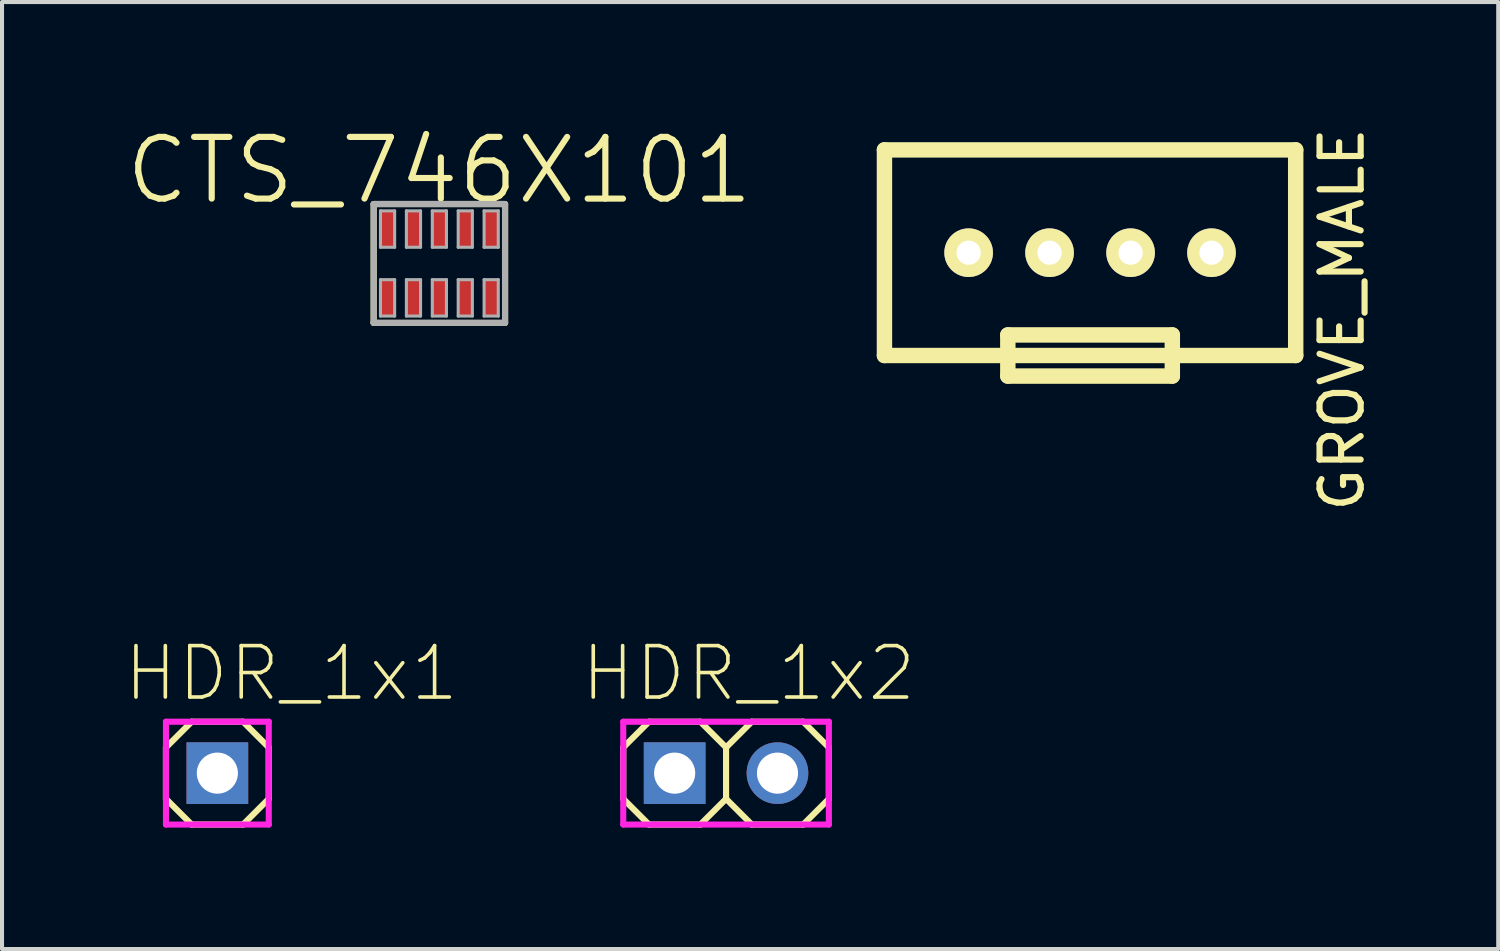
<source format=kicad_pcb>
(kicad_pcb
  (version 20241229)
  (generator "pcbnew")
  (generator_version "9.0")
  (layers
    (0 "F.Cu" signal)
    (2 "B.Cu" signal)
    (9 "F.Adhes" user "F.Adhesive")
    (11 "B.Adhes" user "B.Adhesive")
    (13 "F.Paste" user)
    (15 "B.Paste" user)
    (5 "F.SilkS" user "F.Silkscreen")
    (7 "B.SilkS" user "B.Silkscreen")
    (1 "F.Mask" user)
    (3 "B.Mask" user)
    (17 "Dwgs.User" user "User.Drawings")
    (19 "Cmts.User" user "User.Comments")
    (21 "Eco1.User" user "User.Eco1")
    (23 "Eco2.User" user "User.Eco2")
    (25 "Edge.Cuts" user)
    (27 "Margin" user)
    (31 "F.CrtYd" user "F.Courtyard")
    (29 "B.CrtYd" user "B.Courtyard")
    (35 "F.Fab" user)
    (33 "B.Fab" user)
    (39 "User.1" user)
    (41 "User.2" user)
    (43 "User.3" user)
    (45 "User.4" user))
  (footprint "GROVE_MALE"
    (layer "F.Cu")
    (at 23.881 3.193)
    (property "Reference" "GROVE_MALE" (at 6.223 1.651 90) (layer "F.SilkS") (effects (font (size 1.016 1.016) (thickness 0.152))))
    (attr through_hole)
    (fp_line (start -5.08 -2.54) (end -5.08 2.54) (stroke (width 0.381) (type solid)) (layer "F.SilkS"))
    (fp_line (start -5.08 2.54) (end 5.08 2.54) (stroke (width 0.381) (type solid)) (layer "F.SilkS"))
    (fp_line (start -2.032 2.032) (end -2.032 3.048) (stroke (width 0.381) (type solid)) (layer "F.SilkS"))
    (fp_line (start -2.032 3.048) (end 2.032 3.048) (stroke (width 0.381) (type solid)) (layer "F.SilkS"))
    (fp_line (start 2.032 2.032) (end -2.032 2.032) (stroke (width 0.381) (type solid)) (layer "F.SilkS"))
    (fp_line (start 2.032 3.048) (end 2.032 2.032) (stroke (width 0.381) (type solid)) (layer "F.SilkS"))
    (fp_line (start 5.08 -2.54) (end -5.08 -2.54) (stroke (width 0.381) (type solid)) (layer "F.SilkS"))
    (fp_line (start 5.08 2.54) (end 5.08 -2.54) (stroke (width 0.381) (type solid)) (layer "F.SilkS"))
    (pad "1" thru_hole circle (at -3 0) (size 1.201 1.201) (drill 0.599) (layers "*.Cu" "*.Mask" "F.SilkS"))
    (pad "2" thru_hole circle (at -1.001 0) (size 1.201 1.201) (drill 0.599) (layers "*.Cu" "*.Mask" "F.SilkS"))
    (pad "3" thru_hole circle (at 1.001 0) (size 1.201 1.201) (drill 0.599) (layers "*.Cu" "*.Mask" "F.SilkS"))
    (pad "4" thru_hole circle (at 3 0) (size 1.201 1.201) (drill 0.599) (layers "*.Cu" "*.Mask" "F.SilkS")))
  (footprint "HDR_1x1"
    (layer "F.Cu")
    (at 2.32 16.051)
    (property "Reference" "HDR_1x1" (at 1.829 -2.464 0) (layer "F.SilkS") (effects (font (size 1.27 1.27) (thickness 0.089))))
    (attr exclude_from_pos_files exclude_from_bom)
    (fp_line (start -1.27 -0.635) (end -1.27 0.635) (stroke (width 0.152) (type solid)) (layer "F.SilkS"))
    (fp_line (start -1.27 0.635) (end -0.635 1.27) (stroke (width 0.152) (type solid)) (layer "F.SilkS"))
    (fp_line (start -0.635 -1.27) (end -1.27 -0.635) (stroke (width 0.152) (type solid)) (layer "F.SilkS"))
    (fp_line (start -0.635 -1.27) (end 0.635 -1.27) (stroke (width 0.152) (type solid)) (layer "F.SilkS"))
    (fp_line (start 0.635 -1.27) (end 1.27 -0.635) (stroke (width 0.152) (type solid)) (layer "F.SilkS"))
    (fp_line (start 0.635 1.27) (end -0.635 1.27) (stroke (width 0.152) (type solid)) (layer "F.SilkS"))
    (fp_line (start 1.27 -0.635) (end 1.27 0.635) (stroke (width 0.152) (type solid)) (layer "F.SilkS"))
    (fp_line (start 1.27 0.635) (end 0.635 1.27) (stroke (width 0.152) (type solid)) (layer "F.SilkS"))
    (fp_line (start -1.27 -1.27) (end -1.27 1.27) (stroke (width 0.15) (type solid)) (layer "F.CrtYd"))
    (fp_line (start -1.27 1.27) (end 1.27 1.27) (stroke (width 0.15) (type solid)) (layer "F.CrtYd"))
    (fp_line (start 1.27 -1.27) (end -1.27 -1.27) (stroke (width 0.15) (type solid)) (layer "F.CrtYd"))
    (fp_line (start 1.27 1.27) (end 1.27 -1.27) (stroke (width 0.15) (type solid)) (layer "F.CrtYd"))
    (fp_line (start -0.254 -0.254) (end 0.254 -0.254) (stroke (width 0.066) (type solid)) (layer "F.Fab"))
    (fp_line (start -0.254 0.254) (end -0.254 -0.254) (stroke (width 0.066) (type solid)) (layer "F.Fab"))
    (fp_line (start -0.254 0.254) (end 0.254 0.254) (stroke (width 0.066) (type solid)) (layer "F.Fab"))
    (fp_line (start 0.254 0.254) (end 0.254 -0.254) (stroke (width 0.066) (type solid)) (layer "F.Fab"))
    (pad "1" thru_hole rect (at 0 0) (size 1.524 1.524) (drill 1.016) (layers "*.Cu" "*.Mask")))
  (footprint "HDR_1x2"
    (layer "F.Cu")
    (at 14.888 16.051)
    (property "Reference" "HDR_1x2" (at 0.559 -2.464 0) (layer "F.SilkS") (effects (font (size 1.27 1.27) (thickness 0.089))))
    (attr exclude_from_pos_files exclude_from_bom)
    (fp_line (start -2.54 -0.635) (end -2.54 0.635) (stroke (width 0.152) (type solid)) (layer "F.SilkS"))
    (fp_line (start -2.54 0.635) (end -1.905 1.27) (stroke (width 0.152) (type solid)) (layer "F.SilkS"))
    (fp_line (start -1.905 -1.27) (end -2.54 -0.635) (stroke (width 0.152) (type solid)) (layer "F.SilkS"))
    (fp_line (start -1.905 -1.27) (end -0.635 -1.27) (stroke (width 0.152) (type solid)) (layer "F.SilkS"))
    (fp_line (start -0.635 -1.27) (end 0 -0.635) (stroke (width 0.152) (type solid)) (layer "F.SilkS"))
    (fp_line (start -0.635 1.27) (end -1.905 1.27) (stroke (width 0.152) (type solid)) (layer "F.SilkS"))
    (fp_line (start 0 -0.635) (end 0 0.635) (stroke (width 0.152) (type solid)) (layer "F.SilkS"))
    (fp_line (start 0 -0.635) (end 0.635 -1.27) (stroke (width 0.152) (type solid)) (layer "F.SilkS"))
    (fp_line (start 0 0.635) (end -0.635 1.27) (stroke (width 0.152) (type solid)) (layer "F.SilkS"))
    (fp_line (start 0.635 -1.27) (end 1.905 -1.27) (stroke (width 0.152) (type solid)) (layer "F.SilkS"))
    (fp_line (start 0.635 1.27) (end 0 0.635) (stroke (width 0.152) (type solid)) (layer "F.SilkS"))
    (fp_line (start 1.905 -1.27) (end 2.54 -0.635) (stroke (width 0.152) (type solid)) (layer "F.SilkS"))
    (fp_line (start 1.905 1.27) (end 0.635 1.27) (stroke (width 0.152) (type solid)) (layer "F.SilkS"))
    (fp_line (start 2.54 -0.635) (end 2.54 0.635) (stroke (width 0.152) (type solid)) (layer "F.SilkS"))
    (fp_line (start 2.54 0.635) (end 1.905 1.27) (stroke (width 0.152) (type solid)) (layer "F.SilkS"))
    (fp_line (start -2.54 -1.27) (end -2.54 1.27) (stroke (width 0.15) (type solid)) (layer "F.CrtYd"))
    (fp_line (start -2.54 1.27) (end 2.54 1.27) (stroke (width 0.15) (type solid)) (layer "F.CrtYd"))
    (fp_line (start 2.54 -1.27) (end -2.54 -1.27) (stroke (width 0.15) (type solid)) (layer "F.CrtYd"))
    (fp_line (start 2.54 1.27) (end 2.54 -1.27) (stroke (width 0.15) (type solid)) (layer "F.CrtYd"))
    (fp_line (start -1.524 -0.254) (end -1.016 -0.254) (stroke (width 0.066) (type solid)) (layer "F.Fab"))
    (fp_line (start -1.524 0.254) (end -1.524 -0.254) (stroke (width 0.066) (type solid)) (layer "F.Fab"))
    (fp_line (start -1.524 0.254) (end -1.016 0.254) (stroke (width 0.066) (type solid)) (layer "F.Fab"))
    (fp_line (start -1.016 0.254) (end -1.016 -0.254) (stroke (width 0.066) (type solid)) (layer "F.Fab"))
    (fp_line (start 1.016 -0.254) (end 1.524 -0.254) (stroke (width 0.066) (type solid)) (layer "F.Fab"))
    (fp_line (start 1.016 0.254) (end 1.016 -0.254) (stroke (width 0.066) (type solid)) (layer "F.Fab"))
    (fp_line (start 1.016 0.254) (end 1.524 0.254) (stroke (width 0.066) (type solid)) (layer "F.Fab"))
    (fp_line (start 1.524 0.254) (end 1.524 -0.254) (stroke (width 0.066) (type solid)) (layer "F.Fab"))
    (pad "1" thru_hole rect (at -1.27 0) (size 1.524 1.524) (drill 1.016) (layers "*.Cu" "*.Mask"))
    (pad "2" thru_hole circle (at 1.27 0) (size 1.524 1.524) (drill 1.016) (layers "*.Cu" "*.Mask")))
  (footprint "CTS_746X101"
    (layer "F.Cu")
    (at 7.805 3.459)
    (property "Reference" "CTS_746X101" (at 0 -2.3 0) (layer "F.SilkS") (effects (font (size 1.524 1.524) (thickness 0.152))))
    (attr smd)
    (fp_line (start -1.623 -1.468) (end -1.623 1.468) (stroke (width 0.152) (type solid)) (layer "F.SilkS"))
    (fp_line (start -1.623 -1.468) (end 1.623 -1.468) (stroke (width 0.152) (type solid)) (layer "F.SilkS"))
    (fp_line (start 1.623 1.468) (end -1.623 1.468) (stroke (width 0.152) (type solid)) (layer "F.SilkS"))
    (fp_line (start 1.623 1.468) (end 1.623 -1.468) (stroke (width 0.152) (type solid)) (layer "F.SilkS"))
    (fp_line (start -1.623 -1.468) (end -1.623 1.468) (stroke (width 0.152) (type solid)) (layer "F.Fab"))
    (fp_line (start -1.623 -1.468) (end 1.623 -1.468) (stroke (width 0.152) (type solid)) (layer "F.Fab"))
    (fp_line (start -1.455 -1.3) (end -1.105 -1.3) (stroke (width 0.076) (type solid)) (layer "F.Fab"))
    (fp_line (start -1.455 -0.4) (end -1.455 -1.3) (stroke (width 0.076) (type solid)) (layer "F.Fab"))
    (fp_line (start -1.455 -0.4) (end -1.105 -0.4) (stroke (width 0.076) (type solid)) (layer "F.Fab"))
    (fp_line (start -1.455 0.4) (end -1.105 0.4) (stroke (width 0.076) (type solid)) (layer "F.Fab"))
    (fp_line (start -1.455 1.3) (end -1.455 0.4) (stroke (width 0.076) (type solid)) (layer "F.Fab"))
    (fp_line (start -1.455 1.3) (end -1.105 1.3) (stroke (width 0.076) (type solid)) (layer "F.Fab"))
    (fp_line (start -1.105 -0.4) (end -1.105 -1.3) (stroke (width 0.076) (type solid)) (layer "F.Fab"))
    (fp_line (start -1.105 1.3) (end -1.105 0.4) (stroke (width 0.076) (type solid)) (layer "F.Fab"))
    (fp_line (start -0.815 -1.3) (end -0.465 -1.3) (stroke (width 0.076) (type solid)) (layer "F.Fab"))
    (fp_line (start -0.815 -0.4) (end -0.815 -1.3) (stroke (width 0.076) (type solid)) (layer "F.Fab"))
    (fp_line (start -0.815 -0.4) (end -0.465 -0.4) (stroke (width 0.076) (type solid)) (layer "F.Fab"))
    (fp_line (start -0.815 0.4) (end -0.465 0.4) (stroke (width 0.076) (type solid)) (layer "F.Fab"))
    (fp_line (start -0.815 1.3) (end -0.815 0.4) (stroke (width 0.076) (type solid)) (layer "F.Fab"))
    (fp_line (start -0.815 1.3) (end -0.465 1.3) (stroke (width 0.076) (type solid)) (layer "F.Fab"))
    (fp_line (start -0.465 -0.4) (end -0.465 -1.3) (stroke (width 0.076) (type solid)) (layer "F.Fab"))
    (fp_line (start -0.465 1.3) (end -0.465 0.4) (stroke (width 0.076) (type solid)) (layer "F.Fab"))
    (fp_line (start -0.175 -1.3) (end 0.175 -1.3) (stroke (width 0.076) (type solid)) (layer "F.Fab"))
    (fp_line (start -0.175 -0.4) (end -0.175 -1.3) (stroke (width 0.076) (type solid)) (layer "F.Fab"))
    (fp_line (start -0.175 -0.4) (end 0.175 -0.4) (stroke (width 0.076) (type solid)) (layer "F.Fab"))
    (fp_line (start -0.175 0.4) (end 0.175 0.4) (stroke (width 0.076) (type solid)) (layer "F.Fab"))
    (fp_line (start -0.175 1.3) (end -0.175 0.4) (stroke (width 0.076) (type solid)) (layer "F.Fab"))
    (fp_line (start -0.175 1.3) (end 0.175 1.3) (stroke (width 0.076) (type solid)) (layer "F.Fab"))
    (fp_line (start 0.175 -0.4) (end 0.175 -1.3) (stroke (width 0.076) (type solid)) (layer "F.Fab"))
    (fp_line (start 0.175 1.3) (end 0.175 0.4) (stroke (width 0.076) (type solid)) (layer "F.Fab"))
    (fp_line (start 0.465 -1.3) (end 0.815 -1.3) (stroke (width 0.076) (type solid)) (layer "F.Fab"))
    (fp_line (start 0.465 -0.4) (end 0.465 -1.3) (stroke (width 0.076) (type solid)) (layer "F.Fab"))
    (fp_line (start 0.465 -0.4) (end 0.815 -0.4) (stroke (width 0.076) (type solid)) (layer "F.Fab"))
    (fp_line (start 0.465 0.4) (end 0.815 0.4) (stroke (width 0.076) (type solid)) (layer "F.Fab"))
    (fp_line (start 0.465 1.3) (end 0.465 0.4) (stroke (width 0.076) (type solid)) (layer "F.Fab"))
    (fp_line (start 0.465 1.3) (end 0.815 1.3) (stroke (width 0.076) (type solid)) (layer "F.Fab"))
    (fp_line (start 0.815 -0.4) (end 0.815 -1.3) (stroke (width 0.076) (type solid)) (layer "F.Fab"))
    (fp_line (start 0.815 1.3) (end 0.815 0.4) (stroke (width 0.076) (type solid)) (layer "F.Fab"))
    (fp_line (start 1.105 -1.3) (end 1.455 -1.3) (stroke (width 0.076) (type solid)) (layer "F.Fab"))
    (fp_line (start 1.105 -0.4) (end 1.105 -1.3) (stroke (width 0.076) (type solid)) (layer "F.Fab"))
    (fp_line (start 1.105 -0.4) (end 1.455 -0.4) (stroke (width 0.076) (type solid)) (layer "F.Fab"))
    (fp_line (start 1.105 0.4) (end 1.455 0.4) (stroke (width 0.076) (type solid)) (layer "F.Fab"))
    (fp_line (start 1.105 1.3) (end 1.105 0.4) (stroke (width 0.076) (type solid)) (layer "F.Fab"))
    (fp_line (start 1.105 1.3) (end 1.455 1.3) (stroke (width 0.076) (type solid)) (layer "F.Fab"))
    (fp_line (start 1.455 -0.4) (end 1.455 -1.3) (stroke (width 0.076) (type solid)) (layer "F.Fab"))
    (fp_line (start 1.455 1.3) (end 1.455 0.4) (stroke (width 0.076) (type solid)) (layer "F.Fab"))
    (fp_line (start 1.623 1.468) (end -1.623 1.468) (stroke (width 0.152) (type solid)) (layer "F.Fab"))
    (fp_line (start 1.623 1.468) (end 1.623 -1.468) (stroke (width 0.152) (type solid)) (layer "F.Fab"))
    (pad "1" smd rect (at -1.28 0.85) (size 0.35 0.9) (layers "F.Cu" "F.Mask" "F.Paste"))
    (pad "2" smd rect (at -0.64 0.85) (size 0.35 0.9) (layers "F.Cu" "F.Mask" "F.Paste"))
    (pad "3" smd rect (at 0 0.85) (size 0.35 0.9) (layers "F.Cu" "F.Mask" "F.Paste"))
    (pad "4" smd rect (at 0.64 0.85) (size 0.35 0.9) (layers "F.Cu" "F.Mask" "F.Paste"))
    (pad "5" smd rect (at 1.28 0.85) (size 0.35 0.9) (layers "F.Cu" "F.Mask" "F.Paste"))
    (pad "6" smd rect (at 1.28 -0.85) (size 0.35 0.9) (layers "F.Cu" "F.Mask" "F.Paste"))
    (pad "7" smd rect (at 0.64 -0.85) (size 0.35 0.9) (layers "F.Cu" "F.Mask" "F.Paste"))
    (pad "8" smd rect (at 0 -0.85) (size 0.35 0.9) (layers "F.Cu" "F.Mask" "F.Paste"))
    (pad "9" smd rect (at -0.64 -0.85) (size 0.35 0.9) (layers "F.Cu" "F.Mask" "F.Paste"))
    (pad "10" smd rect (at -1.28 -0.85) (size 0.35 0.9) (layers "F.Cu" "F.Mask" "F.Paste")))
  (gr_rect
    (start -3 -3)
    (end 33.965 20.397)
    (stroke (width 0.1) (type default))
    (fill no)
    (layer "Edge.Cuts")))
</source>
